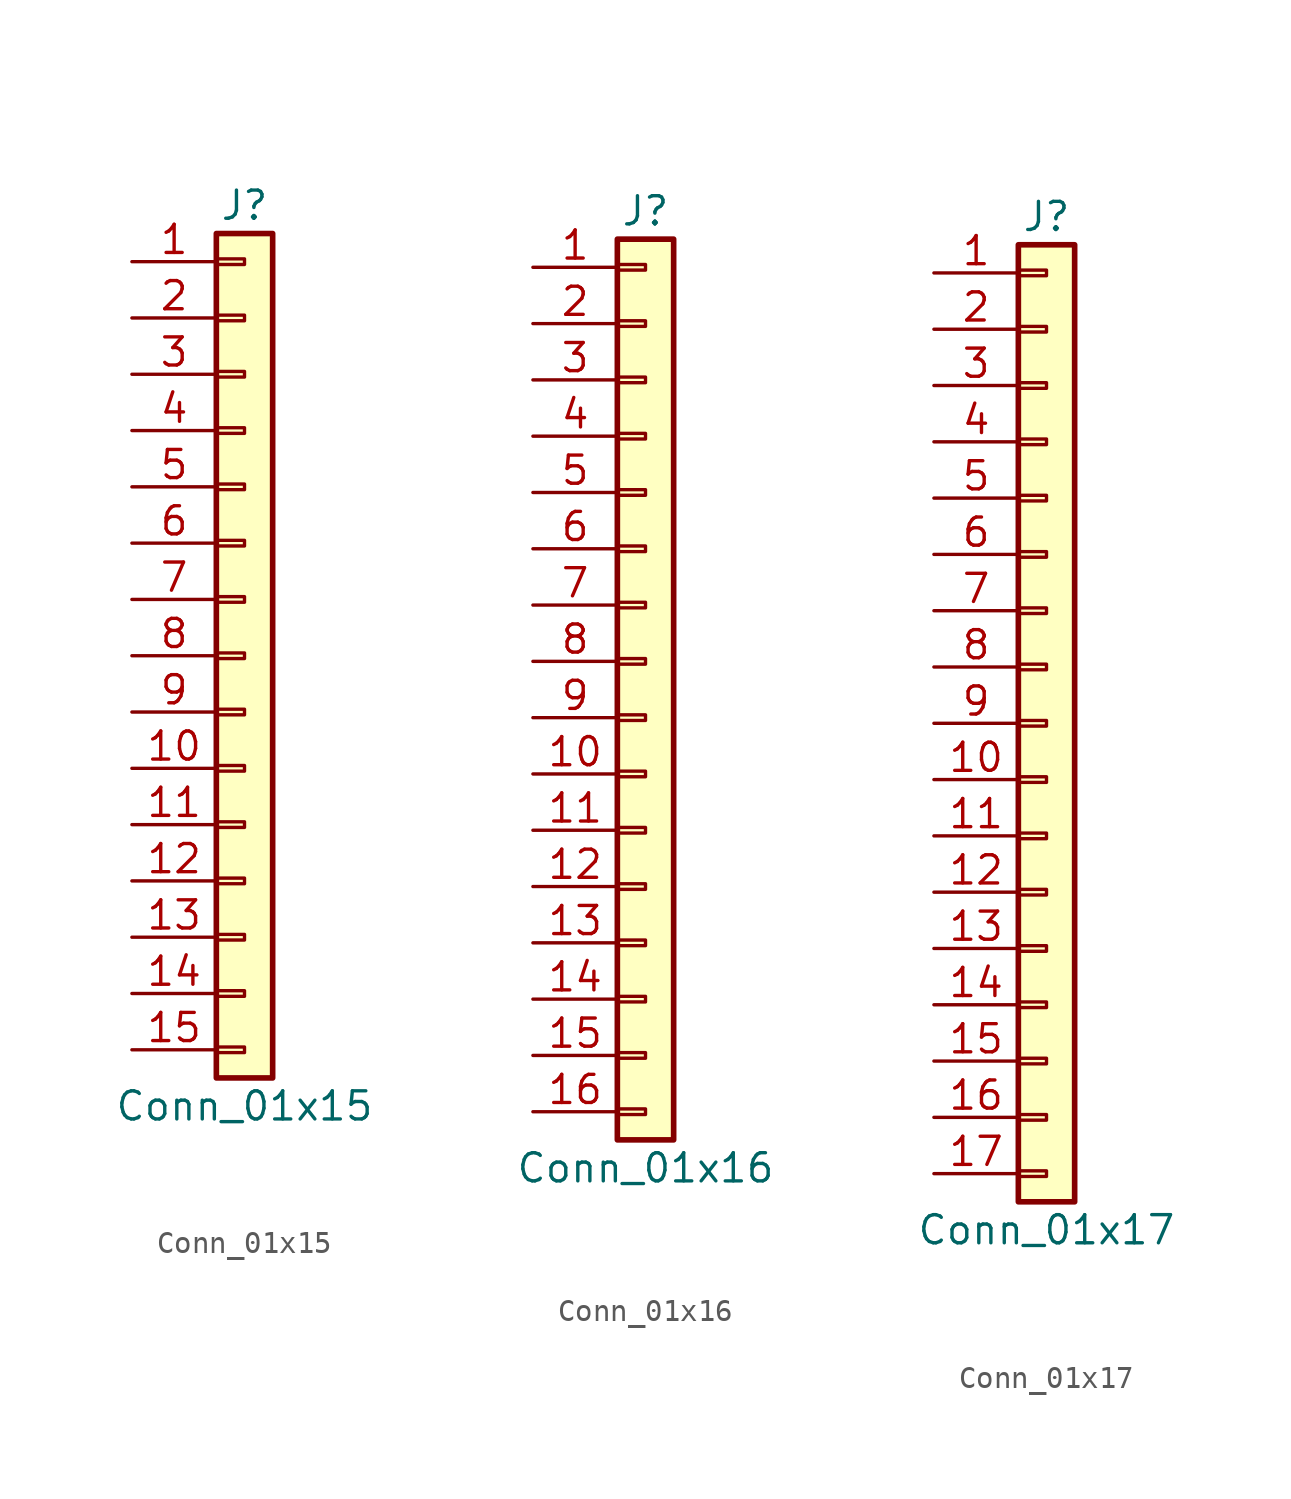
<source format=kicad_sym>
(kicad_symbol_lib
  (version 20211014)
  (generator kicad_symbol_editor)
  (symbol "Conn_01x15"
    (pin_names
      (offset 1.016) hide)
    (property "Reference" "J"
      (at 0 20.32 0)
      (effects (font (size 1.27 1.27))))
    (property "Value" "Conn_01x15"
      (at 0 -20.32 0)
      (effects (font (size 1.27 1.27))))
    (symbol "Conn_01x15_1_1"
      (rectangle (start -1.27 -17.653) (end 0 -17.907) (stroke (width 0.152) (type default) (color 0 0 0 0)) (fill (type none)))
      (rectangle (start -1.27 -15.113) (end 0 -15.367) (stroke (width 0.152) (type default) (color 0 0 0 0)) (fill (type none)))
      (rectangle (start -1.27 -12.573) (end 0 -12.827) (stroke (width 0.152) (type default) (color 0 0 0 0)) (fill (type none)))
      (rectangle (start -1.27 -10.033) (end 0 -10.287) (stroke (width 0.152) (type default) (color 0 0 0 0)) (fill (type none)))
      (rectangle (start -1.27 -7.493) (end 0 -7.747) (stroke (width 0.152) (type default) (color 0 0 0 0)) (fill (type none)))
      (rectangle (start -1.27 -4.953) (end 0 -5.207) (stroke (width 0.152) (type default) (color 0 0 0 0)) (fill (type none)))
      (rectangle (start -1.27 -2.413) (end 0 -2.667) (stroke (width 0.152) (type default) (color 0 0 0 0)) (fill (type none)))
      (rectangle (start -1.27 0.127) (end 0 -0.127) (stroke (width 0.152) (type default) (color 0 0 0 0)) (fill (type none)))
      (rectangle (start -1.27 2.667) (end 0 2.413) (stroke (width 0.152) (type default) (color 0 0 0 0)) (fill (type none)))
      (rectangle (start -1.27 5.207) (end 0 4.953) (stroke (width 0.152) (type default) (color 0 0 0 0)) (fill (type none)))
      (rectangle (start -1.27 7.747) (end 0 7.493) (stroke (width 0.152) (type default) (color 0 0 0 0)) (fill (type none)))
      (rectangle (start -1.27 10.287) (end 0 10.033) (stroke (width 0.152) (type default) (color 0 0 0 0)) (fill (type none)))
      (rectangle (start -1.27 12.827) (end 0 12.573) (stroke (width 0.152) (type default) (color 0 0 0 0)) (fill (type none)))
      (rectangle (start -1.27 15.367) (end 0 15.113) (stroke (width 0.152) (type default) (color 0 0 0 0)) (fill (type none)))
      (rectangle (start -1.27 17.907) (end 0 17.653) (stroke (width 0.152) (type default) (color 0 0 0 0)) (fill (type none)))
      (rectangle (start -1.27 19.05) (end 1.27 -19.05) (stroke (width 0.254) (type default) (color 0 0 0 0)) (fill (type background)))
      (pin passive line (at -5.08 17.78 0) (length 3.81) (name "Pin_1" (effects (font (size 1.27 1.27)))) (number "1" (effects (font (size 1.27 1.27)))))
      (pin passive line (at -5.08 -5.08 0) (length 3.81) (name "Pin_10" (effects (font (size 1.27 1.27)))) (number "10" (effects (font (size 1.27 1.27)))))
      (pin passive line (at -5.08 -7.62 0) (length 3.81) (name "Pin_11" (effects (font (size 1.27 1.27)))) (number "11" (effects (font (size 1.27 1.27)))))
      (pin passive line (at -5.08 -10.16 0) (length 3.81) (name "Pin_12" (effects (font (size 1.27 1.27)))) (number "12" (effects (font (size 1.27 1.27)))))
      (pin passive line (at -5.08 -12.7 0) (length 3.81) (name "Pin_13" (effects (font (size 1.27 1.27)))) (number "13" (effects (font (size 1.27 1.27)))))
      (pin passive line (at -5.08 -15.24 0) (length 3.81) (name "Pin_14" (effects (font (size 1.27 1.27)))) (number "14" (effects (font (size 1.27 1.27)))))
      (pin passive line (at -5.08 -17.78 0) (length 3.81) (name "Pin_15" (effects (font (size 1.27 1.27)))) (number "15" (effects (font (size 1.27 1.27)))))
      (pin passive line (at -5.08 15.24 0) (length 3.81) (name "Pin_2" (effects (font (size 1.27 1.27)))) (number "2" (effects (font (size 1.27 1.27)))))
      (pin passive line (at -5.08 12.7 0) (length 3.81) (name "Pin_3" (effects (font (size 1.27 1.27)))) (number "3" (effects (font (size 1.27 1.27)))))
      (pin passive line (at -5.08 10.16 0) (length 3.81) (name "Pin_4" (effects (font (size 1.27 1.27)))) (number "4" (effects (font (size 1.27 1.27)))))
      (pin passive line (at -5.08 7.62 0) (length 3.81) (name "Pin_5" (effects (font (size 1.27 1.27)))) (number "5" (effects (font (size 1.27 1.27)))))
      (pin passive line (at -5.08 5.08 0) (length 3.81) (name "Pin_6" (effects (font (size 1.27 1.27)))) (number "6" (effects (font (size 1.27 1.27)))))
      (pin passive line (at -5.08 2.54 0) (length 3.81) (name "Pin_7" (effects (font (size 1.27 1.27)))) (number "7" (effects (font (size 1.27 1.27)))))
      (pin passive line (at -5.08 0 0) (length 3.81) (name "Pin_8" (effects (font (size 1.27 1.27)))) (number "8" (effects (font (size 1.27 1.27)))))
      (pin passive line (at -5.08 -2.54 0) (length 3.81) (name "Pin_9" (effects (font (size 1.27 1.27)))) (number "9" (effects (font (size 1.27 1.27)))))))
  (symbol "Conn_01x16"
    (pin_names
      (offset 1.016) hide)
    (property "Reference" "J"
      (at 0 20.32 0)
      (effects (font (size 1.27 1.27))))
    (property "Value" "Conn_01x16"
      (at 0 -22.86 0)
      (effects (font (size 1.27 1.27))))
    (symbol "Conn_01x16_1_1"
      (rectangle (start -1.27 -20.193) (end 0 -20.447) (stroke (width 0.152) (type default) (color 0 0 0 0)) (fill (type none)))
      (rectangle (start -1.27 -17.653) (end 0 -17.907) (stroke (width 0.152) (type default) (color 0 0 0 0)) (fill (type none)))
      (rectangle (start -1.27 -15.113) (end 0 -15.367) (stroke (width 0.152) (type default) (color 0 0 0 0)) (fill (type none)))
      (rectangle (start -1.27 -12.573) (end 0 -12.827) (stroke (width 0.152) (type default) (color 0 0 0 0)) (fill (type none)))
      (rectangle (start -1.27 -10.033) (end 0 -10.287) (stroke (width 0.152) (type default) (color 0 0 0 0)) (fill (type none)))
      (rectangle (start -1.27 -7.493) (end 0 -7.747) (stroke (width 0.152) (type default) (color 0 0 0 0)) (fill (type none)))
      (rectangle (start -1.27 -4.953) (end 0 -5.207) (stroke (width 0.152) (type default) (color 0 0 0 0)) (fill (type none)))
      (rectangle (start -1.27 -2.413) (end 0 -2.667) (stroke (width 0.152) (type default) (color 0 0 0 0)) (fill (type none)))
      (rectangle (start -1.27 0.127) (end 0 -0.127) (stroke (width 0.152) (type default) (color 0 0 0 0)) (fill (type none)))
      (rectangle (start -1.27 2.667) (end 0 2.413) (stroke (width 0.152) (type default) (color 0 0 0 0)) (fill (type none)))
      (rectangle (start -1.27 5.207) (end 0 4.953) (stroke (width 0.152) (type default) (color 0 0 0 0)) (fill (type none)))
      (rectangle (start -1.27 7.747) (end 0 7.493) (stroke (width 0.152) (type default) (color 0 0 0 0)) (fill (type none)))
      (rectangle (start -1.27 10.287) (end 0 10.033) (stroke (width 0.152) (type default) (color 0 0 0 0)) (fill (type none)))
      (rectangle (start -1.27 12.827) (end 0 12.573) (stroke (width 0.152) (type default) (color 0 0 0 0)) (fill (type none)))
      (rectangle (start -1.27 15.367) (end 0 15.113) (stroke (width 0.152) (type default) (color 0 0 0 0)) (fill (type none)))
      (rectangle (start -1.27 17.907) (end 0 17.653) (stroke (width 0.152) (type default) (color 0 0 0 0)) (fill (type none)))
      (rectangle (start -1.27 19.05) (end 1.27 -21.59) (stroke (width 0.254) (type default) (color 0 0 0 0)) (fill (type background)))
      (pin passive line (at -5.08 17.78 0) (length 3.81) (name "Pin_1" (effects (font (size 1.27 1.27)))) (number "1" (effects (font (size 1.27 1.27)))))
      (pin passive line (at -5.08 -5.08 0) (length 3.81) (name "Pin_10" (effects (font (size 1.27 1.27)))) (number "10" (effects (font (size 1.27 1.27)))))
      (pin passive line (at -5.08 -7.62 0) (length 3.81) (name "Pin_11" (effects (font (size 1.27 1.27)))) (number "11" (effects (font (size 1.27 1.27)))))
      (pin passive line (at -5.08 -10.16 0) (length 3.81) (name "Pin_12" (effects (font (size 1.27 1.27)))) (number "12" (effects (font (size 1.27 1.27)))))
      (pin passive line (at -5.08 -12.7 0) (length 3.81) (name "Pin_13" (effects (font (size 1.27 1.27)))) (number "13" (effects (font (size 1.27 1.27)))))
      (pin passive line (at -5.08 -15.24 0) (length 3.81) (name "Pin_14" (effects (font (size 1.27 1.27)))) (number "14" (effects (font (size 1.27 1.27)))))
      (pin passive line (at -5.08 -17.78 0) (length 3.81) (name "Pin_15" (effects (font (size 1.27 1.27)))) (number "15" (effects (font (size 1.27 1.27)))))
      (pin passive line (at -5.08 -20.32 0) (length 3.81) (name "Pin_16" (effects (font (size 1.27 1.27)))) (number "16" (effects (font (size 1.27 1.27)))))
      (pin passive line (at -5.08 15.24 0) (length 3.81) (name "Pin_2" (effects (font (size 1.27 1.27)))) (number "2" (effects (font (size 1.27 1.27)))))
      (pin passive line (at -5.08 12.7 0) (length 3.81) (name "Pin_3" (effects (font (size 1.27 1.27)))) (number "3" (effects (font (size 1.27 1.27)))))
      (pin passive line (at -5.08 10.16 0) (length 3.81) (name "Pin_4" (effects (font (size 1.27 1.27)))) (number "4" (effects (font (size 1.27 1.27)))))
      (pin passive line (at -5.08 7.62 0) (length 3.81) (name "Pin_5" (effects (font (size 1.27 1.27)))) (number "5" (effects (font (size 1.27 1.27)))))
      (pin passive line (at -5.08 5.08 0) (length 3.81) (name "Pin_6" (effects (font (size 1.27 1.27)))) (number "6" (effects (font (size 1.27 1.27)))))
      (pin passive line (at -5.08 2.54 0) (length 3.81) (name "Pin_7" (effects (font (size 1.27 1.27)))) (number "7" (effects (font (size 1.27 1.27)))))
      (pin passive line (at -5.08 0 0) (length 3.81) (name "Pin_8" (effects (font (size 1.27 1.27)))) (number "8" (effects (font (size 1.27 1.27)))))
      (pin passive line (at -5.08 -2.54 0) (length 3.81) (name "Pin_9" (effects (font (size 1.27 1.27)))) (number "9" (effects (font (size 1.27 1.27)))))))
  (symbol "Conn_01x17"
    (pin_names
      (offset 1.016) hide)
    (property "Reference" "J"
      (at 0 22.86 0)
      (effects (font (size 1.27 1.27))))
    (property "Value" "Conn_01x17"
      (at 0 -22.86 0)
      (effects (font (size 1.27 1.27))))
    (symbol "Conn_01x17_1_1"
      (rectangle (start -1.27 -20.193) (end 0 -20.447) (stroke (width 0.152) (type default) (color 0 0 0 0)) (fill (type none)))
      (rectangle (start -1.27 -17.653) (end 0 -17.907) (stroke (width 0.152) (type default) (color 0 0 0 0)) (fill (type none)))
      (rectangle (start -1.27 -15.113) (end 0 -15.367) (stroke (width 0.152) (type default) (color 0 0 0 0)) (fill (type none)))
      (rectangle (start -1.27 -12.573) (end 0 -12.827) (stroke (width 0.152) (type default) (color 0 0 0 0)) (fill (type none)))
      (rectangle (start -1.27 -10.033) (end 0 -10.287) (stroke (width 0.152) (type default) (color 0 0 0 0)) (fill (type none)))
      (rectangle (start -1.27 -7.493) (end 0 -7.747) (stroke (width 0.152) (type default) (color 0 0 0 0)) (fill (type none)))
      (rectangle (start -1.27 -4.953) (end 0 -5.207) (stroke (width 0.152) (type default) (color 0 0 0 0)) (fill (type none)))
      (rectangle (start -1.27 -2.413) (end 0 -2.667) (stroke (width 0.152) (type default) (color 0 0 0 0)) (fill (type none)))
      (rectangle (start -1.27 0.127) (end 0 -0.127) (stroke (width 0.152) (type default) (color 0 0 0 0)) (fill (type none)))
      (rectangle (start -1.27 2.667) (end 0 2.413) (stroke (width 0.152) (type default) (color 0 0 0 0)) (fill (type none)))
      (rectangle (start -1.27 5.207) (end 0 4.953) (stroke (width 0.152) (type default) (color 0 0 0 0)) (fill (type none)))
      (rectangle (start -1.27 7.747) (end 0 7.493) (stroke (width 0.152) (type default) (color 0 0 0 0)) (fill (type none)))
      (rectangle (start -1.27 10.287) (end 0 10.033) (stroke (width 0.152) (type default) (color 0 0 0 0)) (fill (type none)))
      (rectangle (start -1.27 12.827) (end 0 12.573) (stroke (width 0.152) (type default) (color 0 0 0 0)) (fill (type none)))
      (rectangle (start -1.27 15.367) (end 0 15.113) (stroke (width 0.152) (type default) (color 0 0 0 0)) (fill (type none)))
      (rectangle (start -1.27 17.907) (end 0 17.653) (stroke (width 0.152) (type default) (color 0 0 0 0)) (fill (type none)))
      (rectangle (start -1.27 20.447) (end 0 20.193) (stroke (width 0.152) (type default) (color 0 0 0 0)) (fill (type none)))
      (rectangle (start -1.27 21.59) (end 1.27 -21.59) (stroke (width 0.254) (type default) (color 0 0 0 0)) (fill (type background)))
      (pin passive line (at -5.08 20.32 0) (length 3.81) (name "Pin_1" (effects (font (size 1.27 1.27)))) (number "1" (effects (font (size 1.27 1.27)))))
      (pin passive line (at -5.08 -2.54 0) (length 3.81) (name "Pin_10" (effects (font (size 1.27 1.27)))) (number "10" (effects (font (size 1.27 1.27)))))
      (pin passive line (at -5.08 -5.08 0) (length 3.81) (name "Pin_11" (effects (font (size 1.27 1.27)))) (number "11" (effects (font (size 1.27 1.27)))))
      (pin passive line (at -5.08 -7.62 0) (length 3.81) (name "Pin_12" (effects (font (size 1.27 1.27)))) (number "12" (effects (font (size 1.27 1.27)))))
      (pin passive line (at -5.08 -10.16 0) (length 3.81) (name "Pin_13" (effects (font (size 1.27 1.27)))) (number "13" (effects (font (size 1.27 1.27)))))
      (pin passive line (at -5.08 -12.7 0) (length 3.81) (name "Pin_14" (effects (font (size 1.27 1.27)))) (number "14" (effects (font (size 1.27 1.27)))))
      (pin passive line (at -5.08 -15.24 0) (length 3.81) (name "Pin_15" (effects (font (size 1.27 1.27)))) (number "15" (effects (font (size 1.27 1.27)))))
      (pin passive line (at -5.08 -17.78 0) (length 3.81) (name "Pin_16" (effects (font (size 1.27 1.27)))) (number "16" (effects (font (size 1.27 1.27)))))
      (pin passive line (at -5.08 -20.32 0) (length 3.81) (name "Pin_17" (effects (font (size 1.27 1.27)))) (number "17" (effects (font (size 1.27 1.27)))))
      (pin passive line (at -5.08 17.78 0) (length 3.81) (name "Pin_2" (effects (font (size 1.27 1.27)))) (number "2" (effects (font (size 1.27 1.27)))))
      (pin passive line (at -5.08 15.24 0) (length 3.81) (name "Pin_3" (effects (font (size 1.27 1.27)))) (number "3" (effects (font (size 1.27 1.27)))))
      (pin passive line (at -5.08 12.7 0) (length 3.81) (name "Pin_4" (effects (font (size 1.27 1.27)))) (number "4" (effects (font (size 1.27 1.27)))))
      (pin passive line (at -5.08 10.16 0) (length 3.81) (name "Pin_5" (effects (font (size 1.27 1.27)))) (number "5" (effects (font (size 1.27 1.27)))))
      (pin passive line (at -5.08 7.62 0) (length 3.81) (name "Pin_6" (effects (font (size 1.27 1.27)))) (number "6" (effects (font (size 1.27 1.27)))))
      (pin passive line (at -5.08 5.08 0) (length 3.81) (name "Pin_7" (effects (font (size 1.27 1.27)))) (number "7" (effects (font (size 1.27 1.27)))))
      (pin passive line (at -5.08 2.54 0) (length 3.81) (name "Pin_8" (effects (font (size 1.27 1.27)))) (number "8" (effects (font (size 1.27 1.27)))))
      (pin passive line (at -5.08 0 0) (length 3.81) (name "Pin_9" (effects (font (size 1.27 1.27)))) (number "9" (effects (font (size 1.27 1.27))))))))
</source>
